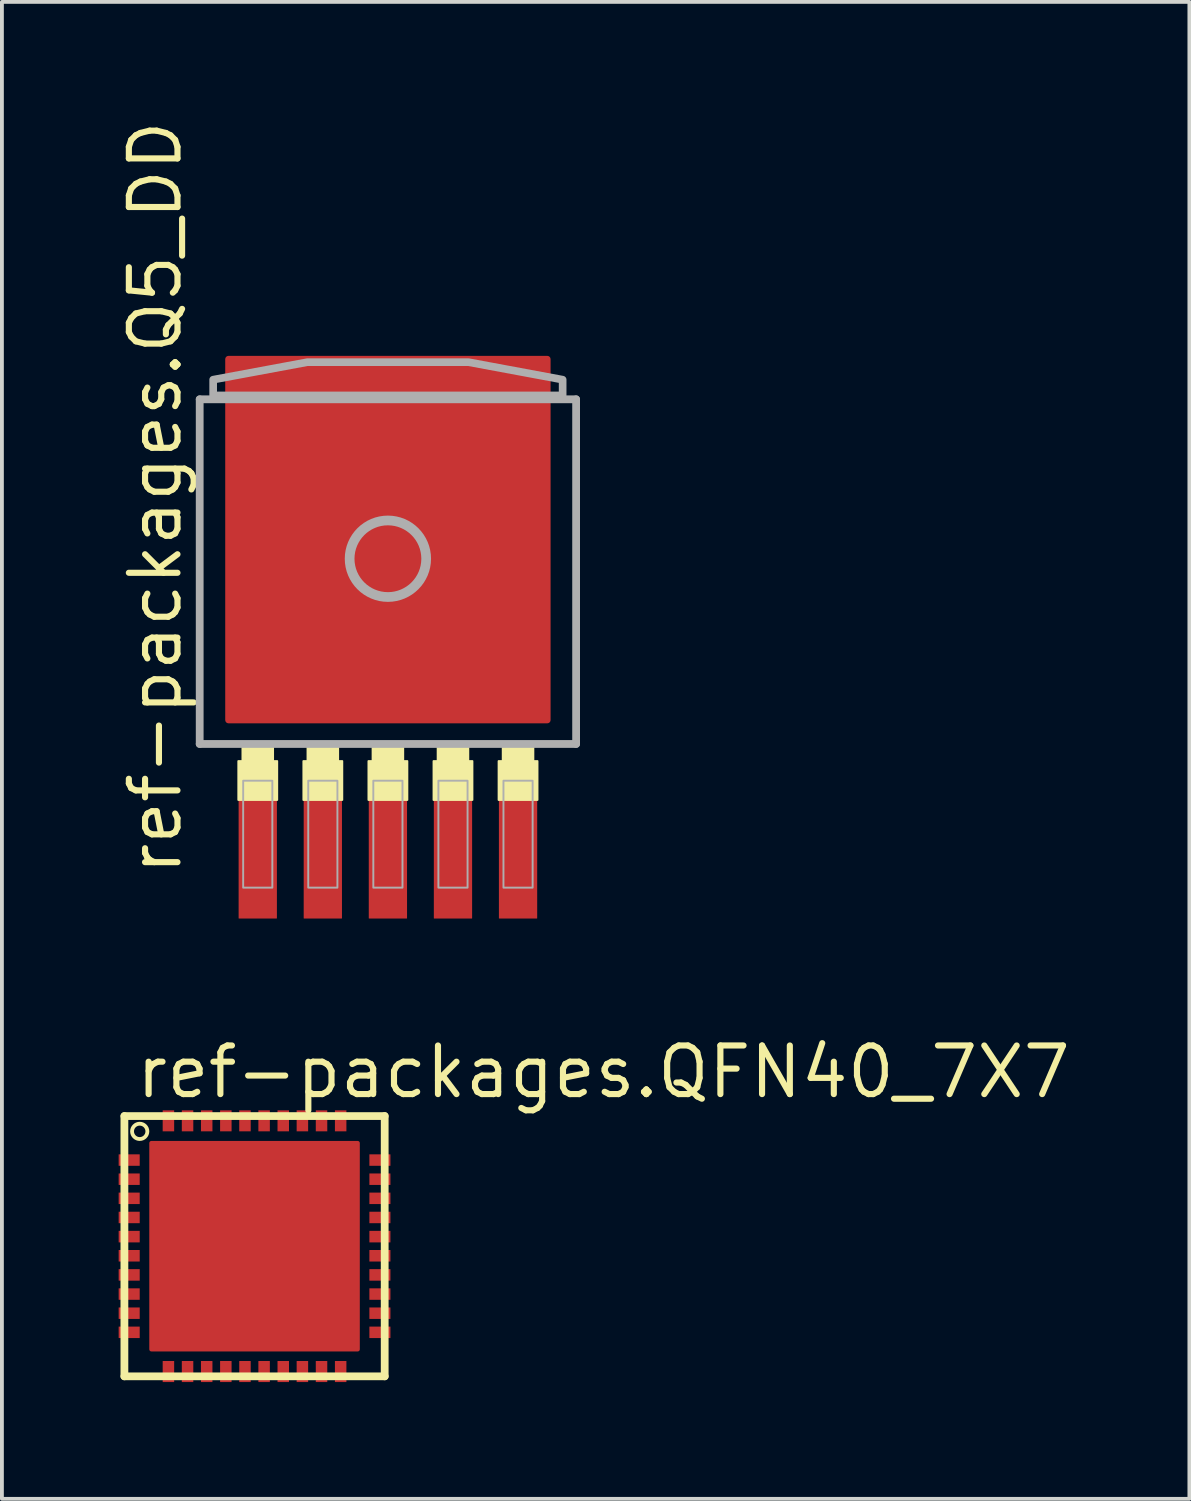
<source format=kicad_pcb>
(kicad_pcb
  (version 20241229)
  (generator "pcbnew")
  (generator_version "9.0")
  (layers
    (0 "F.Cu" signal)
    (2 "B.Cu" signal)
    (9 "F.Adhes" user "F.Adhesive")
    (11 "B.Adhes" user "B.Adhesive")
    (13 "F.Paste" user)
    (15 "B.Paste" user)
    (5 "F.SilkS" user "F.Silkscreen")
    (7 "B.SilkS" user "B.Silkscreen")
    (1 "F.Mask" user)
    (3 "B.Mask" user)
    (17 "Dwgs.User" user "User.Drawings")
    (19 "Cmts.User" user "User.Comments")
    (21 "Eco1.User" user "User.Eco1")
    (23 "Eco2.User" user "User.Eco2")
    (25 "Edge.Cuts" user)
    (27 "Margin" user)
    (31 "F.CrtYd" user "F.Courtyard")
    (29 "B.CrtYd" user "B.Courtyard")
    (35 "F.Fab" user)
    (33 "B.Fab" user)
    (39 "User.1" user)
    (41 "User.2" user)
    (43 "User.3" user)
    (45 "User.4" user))
  (footprint "ref-packages.QFN40_7X7"
    (layer "F.Cu")
    (at 3.6 29.507)
    (property "Reference" "ref-packages.QFN40_7X7" (at -3.175 -3.81 0) (layer "F.SilkS") (effects (font (size 1.27 1.27) (thickness 0.16)) (justify left bottom)))
    (attr smd)
    (fp_rect (start -3.575 -2.075) (end -2.975 -2.425) (stroke (width 0.05) (type default)) (fill yes) (layer "F.Mask"))
    (fp_rect (start -3.575 -1.575) (end -2.975 -1.925) (stroke (width 0.05) (type default)) (fill yes) (layer "F.Mask"))
    (fp_rect (start -3.575 -1.075) (end -2.975 -1.425) (stroke (width 0.05) (type default)) (fill yes) (layer "F.Mask"))
    (fp_rect (start -3.575 -0.575) (end -2.975 -0.925) (stroke (width 0.05) (type default)) (fill yes) (layer "F.Mask"))
    (fp_rect (start -3.575 -0.075) (end -2.975 -0.425) (stroke (width 0.05) (type default)) (fill yes) (layer "F.Mask"))
    (fp_rect (start -3.575 0.425) (end -2.975 0.075) (stroke (width 0.05) (type default)) (fill yes) (layer "F.Mask"))
    (fp_rect (start -3.575 0.925) (end -2.975 0.575) (stroke (width 0.05) (type default)) (fill yes) (layer "F.Mask"))
    (fp_rect (start -3.575 1.425) (end -2.975 1.075) (stroke (width 0.05) (type default)) (fill yes) (layer "F.Mask"))
    (fp_rect (start -3.575 1.925) (end -2.975 1.575) (stroke (width 0.05) (type default)) (fill yes) (layer "F.Mask"))
    (fp_rect (start -3.575 2.425) (end -2.975 2.075) (stroke (width 0.05) (type default)) (fill yes) (layer "F.Mask"))
    (fp_rect (start -2.425 -2.975) (end -2.075 -3.575) (stroke (width 0.05) (type default)) (fill yes) (layer "F.Mask"))
    (fp_rect (start -2.425 3.575) (end -2.075 2.975) (stroke (width 0.05) (type default)) (fill yes) (layer "F.Mask"))
    (fp_rect (start -1.925 -2.975) (end -1.575 -3.575) (stroke (width 0.05) (type default)) (fill yes) (layer "F.Mask"))
    (fp_rect (start -1.925 3.575) (end -1.575 2.975) (stroke (width 0.05) (type default)) (fill yes) (layer "F.Mask"))
    (fp_rect (start -1.425 -2.975) (end -1.075 -3.575) (stroke (width 0.05) (type default)) (fill yes) (layer "F.Mask"))
    (fp_rect (start -1.425 3.575) (end -1.075 2.975) (stroke (width 0.05) (type default)) (fill yes) (layer "F.Mask"))
    (fp_rect (start -0.925 -2.975) (end -0.575 -3.575) (stroke (width 0.05) (type default)) (fill yes) (layer "F.Mask"))
    (fp_rect (start -0.925 3.575) (end -0.575 2.975) (stroke (width 0.05) (type default)) (fill yes) (layer "F.Mask"))
    (fp_rect (start -0.425 -2.975) (end -0.075 -3.575) (stroke (width 0.05) (type default)) (fill yes) (layer "F.Mask"))
    (fp_rect (start -0.425 3.575) (end -0.075 2.975) (stroke (width 0.05) (type default)) (fill yes) (layer "F.Mask"))
    (fp_rect (start 0.075 -2.975) (end 0.425 -3.575) (stroke (width 0.05) (type default)) (fill yes) (layer "F.Mask"))
    (fp_rect (start 0.075 3.575) (end 0.425 2.975) (stroke (width 0.05) (type default)) (fill yes) (layer "F.Mask"))
    (fp_rect (start 0.575 -2.975) (end 0.925 -3.575) (stroke (width 0.05) (type default)) (fill yes) (layer "F.Mask"))
    (fp_rect (start 0.575 3.575) (end 0.925 2.975) (stroke (width 0.05) (type default)) (fill yes) (layer "F.Mask"))
    (fp_rect (start 1.075 -2.975) (end 1.425 -3.575) (stroke (width 0.05) (type default)) (fill yes) (layer "F.Mask"))
    (fp_rect (start 1.075 3.575) (end 1.425 2.975) (stroke (width 0.05) (type default)) (fill yes) (layer "F.Mask"))
    (fp_rect (start 1.575 -2.975) (end 1.925 -3.575) (stroke (width 0.05) (type default)) (fill yes) (layer "F.Mask"))
    (fp_rect (start 1.575 3.575) (end 1.925 2.975) (stroke (width 0.05) (type default)) (fill yes) (layer "F.Mask"))
    (fp_rect (start 2.075 -2.975) (end 2.425 -3.575) (stroke (width 0.05) (type default)) (fill yes) (layer "F.Mask"))
    (fp_rect (start 2.075 3.575) (end 2.425 2.975) (stroke (width 0.05) (type default)) (fill yes) (layer "F.Mask"))
    (fp_rect (start 2.975 -2.075) (end 3.575 -2.425) (stroke (width 0.05) (type default)) (fill yes) (layer "F.Mask"))
    (fp_rect (start 2.975 -1.575) (end 3.575 -1.925) (stroke (width 0.05) (type default)) (fill yes) (layer "F.Mask"))
    (fp_rect (start 2.975 -1.075) (end 3.575 -1.425) (stroke (width 0.05) (type default)) (fill yes) (layer "F.Mask"))
    (fp_rect (start 2.975 -0.575) (end 3.575 -0.925) (stroke (width 0.05) (type default)) (fill yes) (layer "F.Mask"))
    (fp_rect (start 2.975 -0.075) (end 3.575 -0.425) (stroke (width 0.05) (type default)) (fill yes) (layer "F.Mask"))
    (fp_rect (start 2.975 0.425) (end 3.575 0.075) (stroke (width 0.05) (type default)) (fill yes) (layer "F.Mask"))
    (fp_rect (start 2.975 0.925) (end 3.575 0.575) (stroke (width 0.05) (type default)) (fill yes) (layer "F.Mask"))
    (fp_rect (start 2.975 1.425) (end 3.575 1.075) (stroke (width 0.05) (type default)) (fill yes) (layer "F.Mask"))
    (fp_rect (start 2.975 1.925) (end 3.575 1.575) (stroke (width 0.05) (type default)) (fill yes) (layer "F.Mask"))
    (fp_rect (start 2.975 2.425) (end 3.575 2.075) (stroke (width 0.05) (type default)) (fill yes) (layer "F.Mask"))
    (fp_poly (pts (xy -2.675 2.675) (xy 2.675 2.675) (xy 2.675 0.675) (xy 2.675 -1.375) (xy 2.675 -2.675) (xy 0.5 -2.675) (xy -2.45 -2.675) (xy -2.675 -2.45)) (stroke (width 0.203) (type default)) (fill yes) (layer "F.Mask"))
    (fp_line (start -3.4 -3.4) (end 3.4 -3.4) (stroke (width 0.203) (type default)) (layer "F.SilkS"))
    (fp_line (start -3.4 3.4) (end -3.4 -3.4) (stroke (width 0.203) (type default)) (layer "F.SilkS"))
    (fp_line (start 3.4 -3.4) (end 3.4 3.4) (stroke (width 0.203) (type default)) (layer "F.SilkS"))
    (fp_line (start 3.4 3.4) (end -3.4 3.4) (stroke (width 0.203) (type default)) (layer "F.SilkS"))
    (fp_circle (center -3 -3) (end -2.8 -3) (stroke (width 0.1) (type default)) (fill no) (layer "F.SilkS"))
    (fp_rect (start -3.525 -2.125) (end -3.025 -2.375) (stroke (width 0.05) (type default)) (fill yes) (layer "F.Paste"))
    (fp_rect (start -3.525 -1.625) (end -3.025 -1.875) (stroke (width 0.05) (type default)) (fill yes) (layer "F.Paste"))
    (fp_rect (start -3.525 -1.125) (end -3.025 -1.375) (stroke (width 0.05) (type default)) (fill yes) (layer "F.Paste"))
    (fp_rect (start -3.525 -0.625) (end -3.025 -0.875) (stroke (width 0.05) (type default)) (fill yes) (layer "F.Paste"))
    (fp_rect (start -3.525 -0.125) (end -3.025 -0.375) (stroke (width 0.05) (type default)) (fill yes) (layer "F.Paste"))
    (fp_rect (start -3.525 0.375) (end -3.025 0.125) (stroke (width 0.05) (type default)) (fill yes) (layer "F.Paste"))
    (fp_rect (start -3.525 0.875) (end -3.025 0.625) (stroke (width 0.05) (type default)) (fill yes) (layer "F.Paste"))
    (fp_rect (start -3.525 1.375) (end -3.025 1.125) (stroke (width 0.05) (type default)) (fill yes) (layer "F.Paste"))
    (fp_rect (start -3.525 1.875) (end -3.025 1.625) (stroke (width 0.05) (type default)) (fill yes) (layer "F.Paste"))
    (fp_rect (start -3.525 2.375) (end -3.025 2.125) (stroke (width 0.05) (type default)) (fill yes) (layer "F.Paste"))
    (fp_rect (start -2.375 -3.025) (end -2.125 -3.525) (stroke (width 0.05) (type default)) (fill yes) (layer "F.Paste"))
    (fp_rect (start -2.375 3.525) (end -2.125 3.025) (stroke (width 0.05) (type default)) (fill yes) (layer "F.Paste"))
    (fp_rect (start -1.875 -3.025) (end -1.625 -3.525) (stroke (width 0.05) (type default)) (fill yes) (layer "F.Paste"))
    (fp_rect (start -1.875 3.525) (end -1.625 3.025) (stroke (width 0.05) (type default)) (fill yes) (layer "F.Paste"))
    (fp_rect (start -1.375 -3.025) (end -1.125 -3.525) (stroke (width 0.05) (type default)) (fill yes) (layer "F.Paste"))
    (fp_rect (start -1.375 3.525) (end -1.125 3.025) (stroke (width 0.05) (type default)) (fill yes) (layer "F.Paste"))
    (fp_rect (start -0.875 -3.025) (end -0.625 -3.525) (stroke (width 0.05) (type default)) (fill yes) (layer "F.Paste"))
    (fp_rect (start -0.875 3.525) (end -0.625 3.025) (stroke (width 0.05) (type default)) (fill yes) (layer "F.Paste"))
    (fp_rect (start -0.375 -3.025) (end -0.125 -3.525) (stroke (width 0.05) (type default)) (fill yes) (layer "F.Paste"))
    (fp_rect (start -0.375 3.525) (end -0.125 3.025) (stroke (width 0.05) (type default)) (fill yes) (layer "F.Paste"))
    (fp_rect (start 0.125 -3.025) (end 0.375 -3.525) (stroke (width 0.05) (type default)) (fill yes) (layer "F.Paste"))
    (fp_rect (start 0.125 3.525) (end 0.375 3.025) (stroke (width 0.05) (type default)) (fill yes) (layer "F.Paste"))
    (fp_rect (start 0.625 -3.025) (end 0.875 -3.525) (stroke (width 0.05) (type default)) (fill yes) (layer "F.Paste"))
    (fp_rect (start 0.625 3.525) (end 0.875 3.025) (stroke (width 0.05) (type default)) (fill yes) (layer "F.Paste"))
    (fp_rect (start 1.125 -3.025) (end 1.375 -3.525) (stroke (width 0.05) (type default)) (fill yes) (layer "F.Paste"))
    (fp_rect (start 1.125 3.525) (end 1.375 3.025) (stroke (width 0.05) (type default)) (fill yes) (layer "F.Paste"))
    (fp_rect (start 1.625 -3.025) (end 1.875 -3.525) (stroke (width 0.05) (type default)) (fill yes) (layer "F.Paste"))
    (fp_rect (start 1.625 3.525) (end 1.875 3.025) (stroke (width 0.05) (type default)) (fill yes) (layer "F.Paste"))
    (fp_rect (start 2.125 -3.025) (end 2.375 -3.525) (stroke (width 0.05) (type default)) (fill yes) (layer "F.Paste"))
    (fp_rect (start 2.125 3.525) (end 2.375 3.025) (stroke (width 0.05) (type default)) (fill yes) (layer "F.Paste"))
    (fp_rect (start 3.025 -2.125) (end 3.525 -2.375) (stroke (width 0.05) (type default)) (fill yes) (layer "F.Paste"))
    (fp_rect (start 3.025 -1.625) (end 3.525 -1.875) (stroke (width 0.05) (type default)) (fill yes) (layer "F.Paste"))
    (fp_rect (start 3.025 -1.125) (end 3.525 -1.375) (stroke (width 0.05) (type default)) (fill yes) (layer "F.Paste"))
    (fp_rect (start 3.025 -0.625) (end 3.525 -0.875) (stroke (width 0.05) (type default)) (fill yes) (layer "F.Paste"))
    (fp_rect (start 3.025 -0.125) (end 3.525 -0.375) (stroke (width 0.05) (type default)) (fill yes) (layer "F.Paste"))
    (fp_rect (start 3.025 0.375) (end 3.525 0.125) (stroke (width 0.05) (type default)) (fill yes) (layer "F.Paste"))
    (fp_rect (start 3.025 0.875) (end 3.525 0.625) (stroke (width 0.05) (type default)) (fill yes) (layer "F.Paste"))
    (fp_rect (start 3.025 1.375) (end 3.525 1.125) (stroke (width 0.05) (type default)) (fill yes) (layer "F.Paste"))
    (fp_rect (start 3.025 1.875) (end 3.525 1.625) (stroke (width 0.05) (type default)) (fill yes) (layer "F.Paste"))
    (fp_rect (start 3.025 2.375) (end 3.525 2.125) (stroke (width 0.05) (type default)) (fill yes) (layer "F.Paste"))
    (fp_poly (pts (xy -2.575 2.575) (xy 2.575 2.575) (xy 2.575 -2.575) (xy -2.25 -2.575) (xy -2.575 -2.25)) (stroke (width 0.203) (type default)) (fill yes) (layer "F.Paste"))
    (pad "1" smd roundrect (at -3.275 -2.25) (size 0.55 0.3) (layers "F.Cu" "F.Mask" "F.Paste") (roundrect_rratio 0.01))
    (pad "2" smd roundrect (at -3.275 -1.75) (size 0.55 0.3) (layers "F.Cu" "F.Mask" "F.Paste") (roundrect_rratio 0.01))
    (pad "3" smd roundrect (at -3.275 -1.25) (size 0.55 0.3) (layers "F.Cu" "F.Mask" "F.Paste") (roundrect_rratio 0.01))
    (pad "4" smd roundrect (at -3.275 -0.75) (size 0.55 0.3) (layers "F.Cu" "F.Mask" "F.Paste") (roundrect_rratio 0.01))
    (pad "5" smd roundrect (at -3.275 -0.25) (size 0.55 0.3) (layers "F.Cu" "F.Mask" "F.Paste") (roundrect_rratio 0.01))
    (pad "6" smd roundrect (at -3.275 0.25) (size 0.55 0.3) (layers "F.Cu" "F.Mask" "F.Paste") (roundrect_rratio 0.01))
    (pad "7" smd roundrect (at -3.275 0.75) (size 0.55 0.3) (layers "F.Cu" "F.Mask" "F.Paste") (roundrect_rratio 0.01))
    (pad "8" smd roundrect (at -3.275 1.25) (size 0.55 0.3) (layers "F.Cu" "F.Mask" "F.Paste") (roundrect_rratio 0.01))
    (pad "9" smd roundrect (at -3.275 1.75) (size 0.55 0.3) (layers "F.Cu" "F.Mask" "F.Paste") (roundrect_rratio 0.01))
    (pad "10" smd roundrect (at -3.275 2.25) (size 0.55 0.3) (layers "F.Cu" "F.Mask" "F.Paste") (roundrect_rratio 0.01))
    (pad "11" smd roundrect (at -2.25 3.275 90) (size 0.55 0.3) (layers "F.Cu" "F.Mask" "F.Paste") (roundrect_rratio 0.01))
    (pad "12" smd roundrect (at -1.75 3.275 90) (size 0.55 0.3) (layers "F.Cu" "F.Mask" "F.Paste") (roundrect_rratio 0.01))
    (pad "13" smd roundrect (at -1.25 3.275 90) (size 0.55 0.3) (layers "F.Cu" "F.Mask" "F.Paste") (roundrect_rratio 0.01))
    (pad "14" smd roundrect (at -0.75 3.275 90) (size 0.55 0.3) (layers "F.Cu" "F.Mask" "F.Paste") (roundrect_rratio 0.01))
    (pad "15" smd roundrect (at -0.25 3.275 90) (size 0.55 0.3) (layers "F.Cu" "F.Mask" "F.Paste") (roundrect_rratio 0.01))
    (pad "16" smd roundrect (at 0.25 3.275 90) (size 0.55 0.3) (layers "F.Cu" "F.Mask" "F.Paste") (roundrect_rratio 0.01))
    (pad "17" smd roundrect (at 0.75 3.275 90) (size 0.55 0.3) (layers "F.Cu" "F.Mask" "F.Paste") (roundrect_rratio 0.01))
    (pad "18" smd roundrect (at 1.25 3.275 90) (size 0.55 0.3) (layers "F.Cu" "F.Mask" "F.Paste") (roundrect_rratio 0.01))
    (pad "19" smd roundrect (at 1.75 3.275 90) (size 0.55 0.3) (layers "F.Cu" "F.Mask" "F.Paste") (roundrect_rratio 0.01))
    (pad "20" smd roundrect (at 2.25 3.275 90) (size 0.55 0.3) (layers "F.Cu" "F.Mask" "F.Paste") (roundrect_rratio 0.01))
    (pad "21" smd roundrect (at 3.275 2.25 180) (size 0.55 0.3) (layers "F.Cu" "F.Mask" "F.Paste") (roundrect_rratio 0.01))
    (pad "22" smd roundrect (at 3.275 1.75 180) (size 0.55 0.3) (layers "F.Cu" "F.Mask" "F.Paste") (roundrect_rratio 0.01))
    (pad "23" smd roundrect (at 3.275 1.25 180) (size 0.55 0.3) (layers "F.Cu" "F.Mask" "F.Paste") (roundrect_rratio 0.01))
    (pad "24" smd roundrect (at 3.275 0.75 180) (size 0.55 0.3) (layers "F.Cu" "F.Mask" "F.Paste") (roundrect_rratio 0.01))
    (pad "25" smd roundrect (at 3.275 0.25 180) (size 0.55 0.3) (layers "F.Cu" "F.Mask" "F.Paste") (roundrect_rratio 0.01))
    (pad "26" smd roundrect (at 3.275 -0.25 180) (size 0.55 0.3) (layers "F.Cu" "F.Mask" "F.Paste") (roundrect_rratio 0.01))
    (pad "27" smd roundrect (at 3.275 -0.75 180) (size 0.55 0.3) (layers "F.Cu" "F.Mask" "F.Paste") (roundrect_rratio 0.01))
    (pad "28" smd roundrect (at 3.275 -1.25 180) (size 0.55 0.3) (layers "F.Cu" "F.Mask" "F.Paste") (roundrect_rratio 0.01))
    (pad "29" smd roundrect (at 3.275 -1.75 180) (size 0.55 0.3) (layers "F.Cu" "F.Mask" "F.Paste") (roundrect_rratio 0.01))
    (pad "30" smd roundrect (at 3.275 -2.25 180) (size 0.55 0.3) (layers "F.Cu" "F.Mask" "F.Paste") (roundrect_rratio 0.01))
    (pad "31" smd roundrect (at 2.25 -3.275 270) (size 0.55 0.3) (layers "F.Cu" "F.Mask" "F.Paste") (roundrect_rratio 0.01))
    (pad "32" smd roundrect (at 1.75 -3.275 270) (size 0.55 0.3) (layers "F.Cu" "F.Mask" "F.Paste") (roundrect_rratio 0.01))
    (pad "33" smd roundrect (at 1.25 -3.275 270) (size 0.55 0.3) (layers "F.Cu" "F.Mask" "F.Paste") (roundrect_rratio 0.01))
    (pad "34" smd roundrect (at 0.75 -3.275 270) (size 0.55 0.3) (layers "F.Cu" "F.Mask" "F.Paste") (roundrect_rratio 0.01))
    (pad "35" smd roundrect (at 0.25 -3.275 270) (size 0.55 0.3) (layers "F.Cu" "F.Mask" "F.Paste") (roundrect_rratio 0.01))
    (pad "36" smd roundrect (at -0.25 -3.275 270) (size 0.55 0.3) (layers "F.Cu" "F.Mask" "F.Paste") (roundrect_rratio 0.01))
    (pad "37" smd roundrect (at -0.75 -3.275 270) (size 0.55 0.3) (layers "F.Cu" "F.Mask" "F.Paste") (roundrect_rratio 0.01))
    (pad "38" smd roundrect (at -1.25 -3.275 270) (size 0.55 0.3) (layers "F.Cu" "F.Mask" "F.Paste") (roundrect_rratio 0.01))
    (pad "39" smd roundrect (at -1.75 -3.275 270) (size 0.55 0.3) (layers "F.Cu" "F.Mask" "F.Paste") (roundrect_rratio 0.01))
    (pad "40" smd roundrect (at -2.25 -3.275 270) (size 0.55 0.3) (layers "F.Cu" "F.Mask" "F.Paste") (roundrect_rratio 0.01))
    (pad "EXP" smd roundrect (at 0 0) (size 5.5 5.5) (layers "F.Cu" "F.Mask" "F.Paste") (roundrect_rratio 0.01)))
  (footprint "ref-packages.Q5_DD"
    (layer "F.Cu")
    (at 7.084 11.372)
    (property "Reference" "ref-packages.Q5_DD" (at -5.334 8.509 90) (layer "F.SilkS") (effects (font (size 1.27 1.27) (thickness 0.16)) (justify left bottom)))
    (attr smd)
    (fp_rect (start -3.908 6.477) (end -2.892 5.461) (stroke (width 0.05) (type default)) (fill yes) (layer "F.SilkS"))
    (fp_rect (start -3.8 5.5) (end -3 5.1) (stroke (width 0.05) (type default)) (fill yes) (layer "F.SilkS"))
    (fp_rect (start -2.208 6.477) (end -1.192 5.461) (stroke (width 0.05) (type default)) (fill yes) (layer "F.SilkS"))
    (fp_rect (start -2.1 5.5) (end -1.3 5.1) (stroke (width 0.05) (type default)) (fill yes) (layer "F.SilkS"))
    (fp_rect (start -0.508 6.477) (end 0.508 5.461) (stroke (width 0.05) (type default)) (fill yes) (layer "F.SilkS"))
    (fp_rect (start -0.4 5.5) (end 0.4 5.1) (stroke (width 0.05) (type default)) (fill yes) (layer "F.SilkS"))
    (fp_rect (start 1.192 6.477) (end 2.208 5.461) (stroke (width 0.05) (type default)) (fill yes) (layer "F.SilkS"))
    (fp_rect (start 1.3 5.5) (end 2.1 5.1) (stroke (width 0.05) (type default)) (fill yes) (layer "F.SilkS"))
    (fp_rect (start 2.892 6.477) (end 3.908 5.461) (stroke (width 0.05) (type default)) (fill yes) (layer "F.SilkS"))
    (fp_rect (start 3 5.5) (end 3.8 5.1) (stroke (width 0.05) (type default)) (fill yes) (layer "F.SilkS"))
    (fp_line (start -4.917 -3.99) (end 4.917 -3.99) (stroke (width 0.203) (type default)) (layer "F.Fab"))
    (fp_line (start -4.917 5.014) (end -4.917 -3.99) (stroke (width 0.203) (type default)) (layer "F.Fab"))
    (fp_line (start 4.917 -3.99) (end 4.917 5.014) (stroke (width 0.203) (type default)) (layer "F.Fab"))
    (fp_line (start 4.917 5.014) (end -4.917 5.014) (stroke (width 0.203) (type default)) (layer "F.Fab"))
    (fp_rect (start -3.781 8.768) (end -3.019 5.974) (stroke (width 0.05) (type default)) (fill no) (layer "F.Fab"))
    (fp_rect (start -2.081 8.768) (end -1.319 5.974) (stroke (width 0.05) (type default)) (fill no) (layer "F.Fab"))
    (fp_rect (start -0.381 8.768) (end 0.381 5.974) (stroke (width 0.05) (type default)) (fill no) (layer "F.Fab"))
    (fp_rect (start 1.319 8.768) (end 2.081 5.974) (stroke (width 0.05) (type default)) (fill no) (layer "F.Fab"))
    (fp_rect (start 3.019 8.768) (end 3.781 5.974) (stroke (width 0.05) (type default)) (fill no) (layer "F.Fab"))
    (fp_circle (center 0 0.175) (end 1 0.175) (stroke (width 0.254) (type default)) (fill no) (layer "F.Fab"))
    (fp_poly (pts (xy -4.565 -4.092) (xy -4.565 -4.503) (xy -2.108 -4.96) (xy 2.108 -4.96) (xy 4.565 -4.503) (xy 4.565 -4.092)) (stroke (width 0.2) (type default)) (fill no) (layer "F.Fab"))
    (pad "1" smd roundrect (at -3.4 7.875) (size 1 3.4) (layers "F.Cu" "F.Mask" "F.Paste") (roundrect_rratio 0.01))
    (pad "2" smd roundrect (at -1.7 7.875) (size 1 3.4) (layers "F.Cu" "F.Mask" "F.Paste") (roundrect_rratio 0.01))
    (pad "3" smd roundrect (at 0 7.875) (size 1 3.4) (layers "F.Cu" "F.Mask" "F.Paste") (roundrect_rratio 0.01))
    (pad "4" smd roundrect (at 1.7 7.875) (size 1 3.4) (layers "F.Cu" "F.Mask" "F.Paste") (roundrect_rratio 0.01))
    (pad "5" smd roundrect (at 3.4 7.875) (size 1 3.4) (layers "F.Cu" "F.Mask" "F.Paste") (roundrect_rratio 0.01))
    (pad "6" smd roundrect (at 0 -0.325) (size 8.5 9.6) (layers "F.Cu" "F.Mask" "F.Paste") (roundrect_rratio 0.01)))
  (gr_rect
    (start -3 -3)
    (end 28.023 36.107)
    (stroke (width 0.1) (type default))
    (fill no)
    (layer "Edge.Cuts")))
</source>
